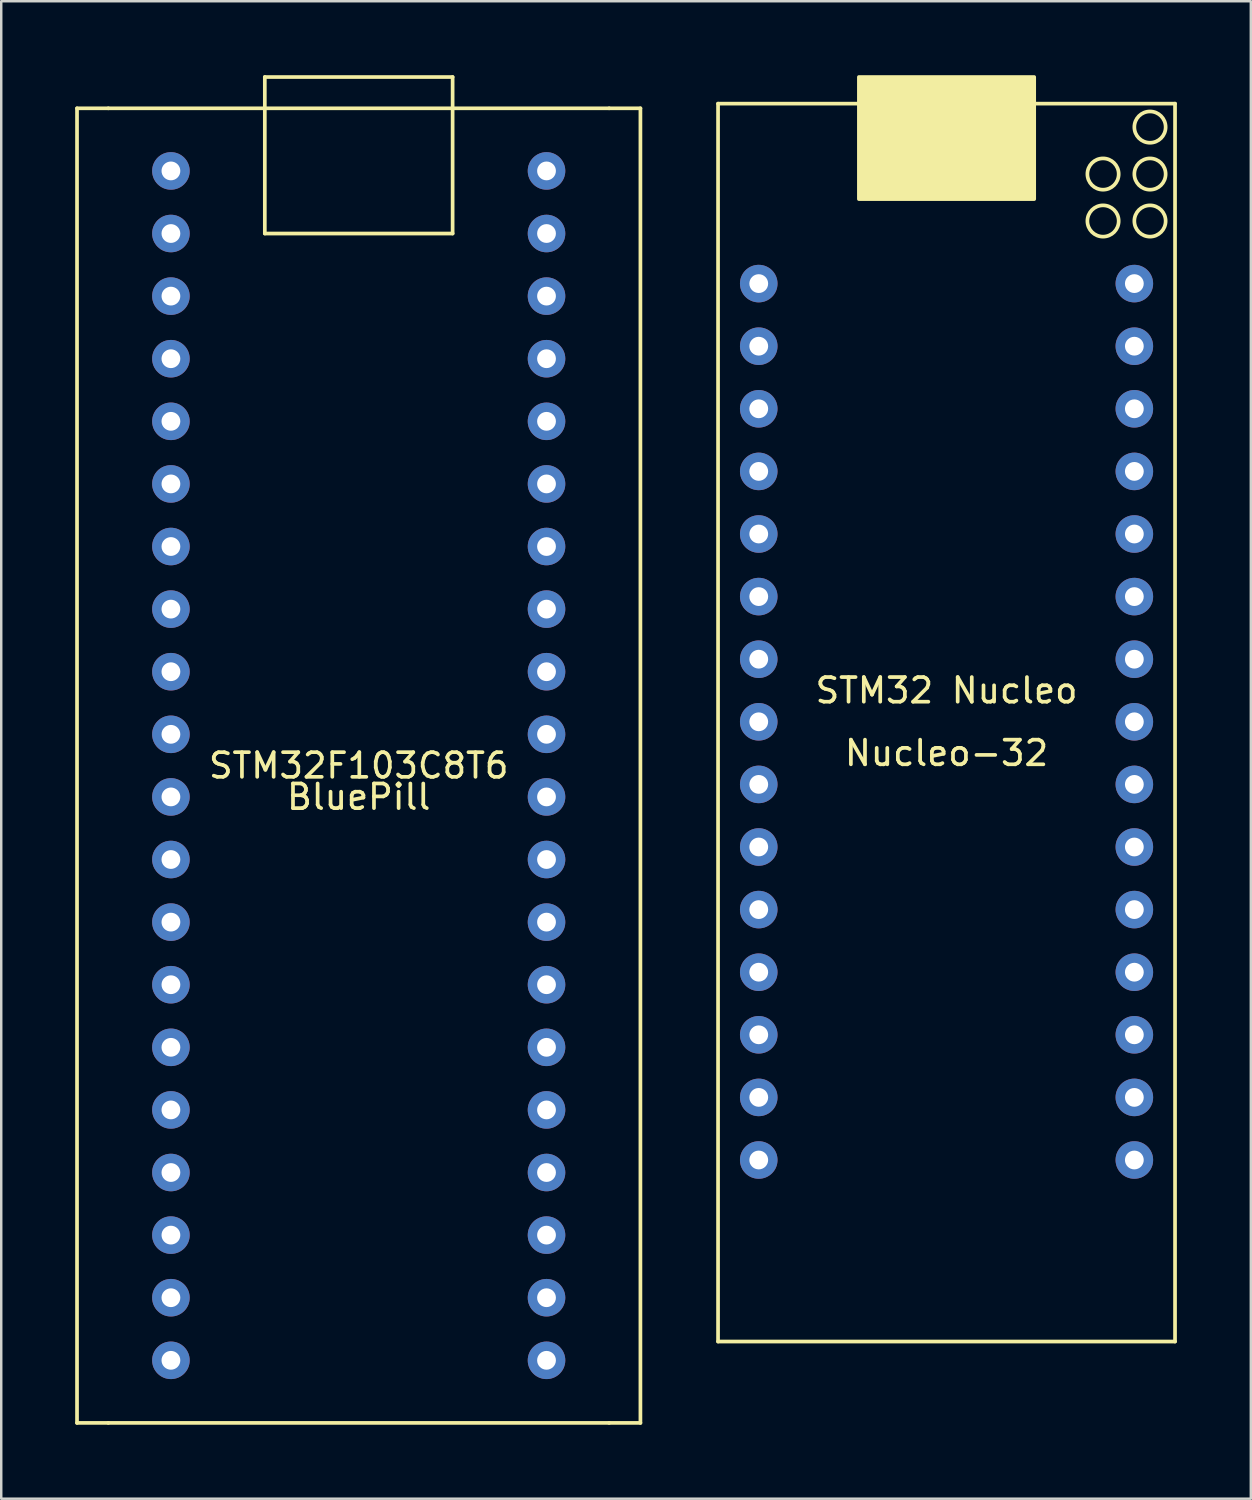
<source format=kicad_pcb>
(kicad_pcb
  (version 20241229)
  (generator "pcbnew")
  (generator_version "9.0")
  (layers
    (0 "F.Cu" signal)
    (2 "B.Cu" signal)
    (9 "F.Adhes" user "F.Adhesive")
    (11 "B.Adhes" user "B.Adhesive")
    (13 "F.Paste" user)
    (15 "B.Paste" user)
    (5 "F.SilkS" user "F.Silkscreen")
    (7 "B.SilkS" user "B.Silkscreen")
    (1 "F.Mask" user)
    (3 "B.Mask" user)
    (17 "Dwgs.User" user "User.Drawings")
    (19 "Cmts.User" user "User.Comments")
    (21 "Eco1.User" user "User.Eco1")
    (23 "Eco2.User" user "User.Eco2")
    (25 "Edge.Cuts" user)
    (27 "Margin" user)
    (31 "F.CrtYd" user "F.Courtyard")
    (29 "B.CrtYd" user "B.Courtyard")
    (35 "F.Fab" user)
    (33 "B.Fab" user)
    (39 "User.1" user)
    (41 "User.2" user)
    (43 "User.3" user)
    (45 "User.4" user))
  (footprint "Nucleo-32"
    (layer "F.Cu")
    (at 35.356 26.237)
    (property "Reference" "Nucleo-32" (at 0 1.27 0) (layer "F.SilkS") (effects (font (size 1 1) (thickness 0.15))))
    (attr through_hole)
    (fp_line (start -9.271 -25.082) (end 9.271 -25.082) (stroke (width 0.15) (type solid)) (layer "F.SilkS"))
    (fp_line (start -9.271 25.146) (end -9.271 -25.082) (stroke (width 0.15) (type solid)) (layer "F.SilkS"))
    (fp_line (start 9.271 -25.082) (end 9.271 25.146) (stroke (width 0.15) (type solid)) (layer "F.SilkS"))
    (fp_line (start 9.271 25.146) (end -9.271 25.146) (stroke (width 0.15) (type solid)) (layer "F.SilkS"))
    (fp_circle (center 6.35 -22.225) (end 6.35 -21.59) (stroke (width 0.15) (type solid)) (fill no) (layer "F.SilkS"))
    (fp_circle (center 6.35 -20.32) (end 6.35 -19.685) (stroke (width 0.15) (type solid)) (fill no) (layer "F.SilkS"))
    (fp_circle (center 8.255 -24.13) (end 8.255 -23.495) (stroke (width 0.15) (type solid)) (fill no) (layer "F.SilkS"))
    (fp_circle (center 8.255 -22.225) (end 8.255 -21.59) (stroke (width 0.15) (type solid)) (fill no) (layer "F.SilkS"))
    (fp_circle (center 8.255 -20.32) (end 8.255 -19.685) (stroke (width 0.15) (type solid)) (fill no) (layer "F.SilkS"))
    (fp_poly (pts (xy -3.556 -26.162) (xy 3.556 -26.162) (xy 3.556 -21.209) (xy -3.556 -21.209)) (stroke (width 0.15) (type solid)) (fill yes) (layer "F.SilkS"))
    (fp_text user "STM32 Nucleo" (at 0 -1.27 0) (layer "F.SilkS") (effects (font (size 1 1) (thickness 0.15))))
    (pad "1" thru_hole circle (at -7.62 -17.78) (size 1.524 1.524) (drill 0.762) (layers "*.Cu" "*.Mask"))
    (pad "2" thru_hole circle (at -7.62 -15.24) (size 1.524 1.524) (drill 0.762) (layers "*.Cu" "*.Mask"))
    (pad "3" thru_hole circle (at -7.62 -12.7) (size 1.524 1.524) (drill 0.762) (layers "*.Cu" "*.Mask"))
    (pad "4" thru_hole circle (at -7.62 -10.16) (size 1.524 1.524) (drill 0.762) (layers "*.Cu" "*.Mask"))
    (pad "5" thru_hole circle (at -7.62 -7.62) (size 1.524 1.524) (drill 0.762) (layers "*.Cu" "*.Mask"))
    (pad "6" thru_hole circle (at -7.62 -5.08) (size 1.524 1.524) (drill 0.762) (layers "*.Cu" "*.Mask"))
    (pad "7" thru_hole circle (at -7.62 -2.54) (size 1.524 1.524) (drill 0.762) (layers "*.Cu" "*.Mask"))
    (pad "8" thru_hole circle (at -7.62 0) (size 1.524 1.524) (drill 0.762) (layers "*.Cu" "*.Mask"))
    (pad "9" thru_hole circle (at -7.62 2.54) (size 1.524 1.524) (drill 0.762) (layers "*.Cu" "*.Mask"))
    (pad "10" thru_hole circle (at -7.62 5.08) (size 1.524 1.524) (drill 0.762) (layers "*.Cu" "*.Mask"))
    (pad "11" thru_hole circle (at -7.62 7.62) (size 1.524 1.524) (drill 0.762) (layers "*.Cu" "*.Mask"))
    (pad "12" thru_hole circle (at -7.62 10.16) (size 1.524 1.524) (drill 0.762) (layers "*.Cu" "*.Mask"))
    (pad "13" thru_hole circle (at -7.62 12.7) (size 1.524 1.524) (drill 0.762) (layers "*.Cu" "*.Mask"))
    (pad "14" thru_hole circle (at -7.62 15.24) (size 1.524 1.524) (drill 0.762) (layers "*.Cu" "*.Mask"))
    (pad "15" thru_hole circle (at -7.62 17.78) (size 1.524 1.524) (drill 0.762) (layers "*.Cu" "*.Mask"))
    (pad "16" thru_hole circle (at 7.62 17.78) (size 1.524 1.524) (drill 0.762) (layers "*.Cu" "*.Mask"))
    (pad "17" thru_hole circle (at 7.62 15.24) (size 1.524 1.524) (drill 0.762) (layers "*.Cu" "*.Mask"))
    (pad "18" thru_hole circle (at 7.62 12.7) (size 1.524 1.524) (drill 0.762) (layers "*.Cu" "*.Mask"))
    (pad "19" thru_hole circle (at 7.62 10.16) (size 1.524 1.524) (drill 0.762) (layers "*.Cu" "*.Mask"))
    (pad "20" thru_hole circle (at 7.62 7.62) (size 1.524 1.524) (drill 0.762) (layers "*.Cu" "*.Mask"))
    (pad "21" thru_hole circle (at 7.62 5.08) (size 1.524 1.524) (drill 0.762) (layers "*.Cu" "*.Mask"))
    (pad "22" thru_hole circle (at 7.62 2.54) (size 1.524 1.524) (drill 0.762) (layers "*.Cu" "*.Mask"))
    (pad "23" thru_hole circle (at 7.62 0) (size 1.524 1.524) (drill 0.762) (layers "*.Cu" "*.Mask"))
    (pad "24" thru_hole circle (at 7.62 -2.54) (size 1.524 1.524) (drill 0.762) (layers "*.Cu" "*.Mask"))
    (pad "25" thru_hole circle (at 7.62 -5.08) (size 1.524 1.524) (drill 0.762) (layers "*.Cu" "*.Mask"))
    (pad "26" thru_hole circle (at 7.62 -7.62) (size 1.524 1.524) (drill 0.762) (layers "*.Cu" "*.Mask"))
    (pad "27" thru_hole circle (at 7.62 -10.16) (size 1.524 1.524) (drill 0.762) (layers "*.Cu" "*.Mask"))
    (pad "28" thru_hole circle (at 7.62 -12.7) (size 1.524 1.524) (drill 0.762) (layers "*.Cu" "*.Mask"))
    (pad "29" thru_hole circle (at 7.62 -15.24) (size 1.524 1.524) (drill 0.762) (layers "*.Cu" "*.Mask"))
    (pad "30" thru_hole circle (at 7.62 -17.78) (size 1.524 1.524) (drill 0.762) (layers "*.Cu" "*.Mask")))
  (footprint "BluePill"
    (layer "F.Cu")
    (at 11.505 28.015)
    (property "Reference" "BluePill" (at 0 1.27 0) (layer "F.SilkS") (effects (font (size 1 1) (thickness 0.15))))
    (attr through_hole)
    (fp_line (start -11.43 -26.67) (end -10.16 -26.67) (stroke (width 0.15) (type solid)) (layer "F.SilkS"))
    (fp_line (start -11.43 26.67) (end -11.43 -26.67) (stroke (width 0.15) (type solid)) (layer "F.SilkS"))
    (fp_line (start -10.16 26.67) (end -11.43 26.67) (stroke (width 0.15) (type solid)) (layer "F.SilkS"))
    (fp_line (start -10.16 26.67) (end 10.16 26.67) (stroke (width 0.15) (type solid)) (layer "F.SilkS"))
    (fp_line (start -3.81 -27.94) (end 3.81 -27.94) (stroke (width 0.15) (type solid)) (layer "F.SilkS"))
    (fp_line (start -3.81 -21.59) (end -3.81 -27.94) (stroke (width 0.15) (type solid)) (layer "F.SilkS"))
    (fp_line (start 3.81 -27.94) (end 3.81 -21.59) (stroke (width 0.15) (type solid)) (layer "F.SilkS"))
    (fp_line (start 3.81 -21.59) (end -3.81 -21.59) (stroke (width 0.15) (type solid)) (layer "F.SilkS"))
    (fp_line (start 10.16 -26.67) (end -10.16 -26.67) (stroke (width 0.15) (type solid)) (layer "F.SilkS"))
    (fp_line (start 10.16 -26.67) (end 11.43 -26.67) (stroke (width 0.15) (type solid)) (layer "F.SilkS"))
    (fp_line (start 11.43 -26.67) (end 11.43 26.67) (stroke (width 0.15) (type solid)) (layer "F.SilkS"))
    (fp_line (start 11.43 26.67) (end 10.16 26.67) (stroke (width 0.15) (type solid)) (layer "F.SilkS"))
    (fp_text user "STM32F103C8T6" (at 0 0 0) (layer "F.SilkS") (effects (font (size 1 1) (thickness 0.15))))
    (pad "1" thru_hole circle (at -7.62 -24.13) (size 1.524 1.524) (drill 0.762) (layers "*.Cu" "*.Mask"))
    (pad "2" thru_hole circle (at -7.62 -21.59) (size 1.524 1.524) (drill 0.762) (layers "*.Cu" "*.Mask"))
    (pad "3" thru_hole circle (at -7.62 -19.05) (size 1.524 1.524) (drill 0.762) (layers "*.Cu" "*.Mask"))
    (pad "4" thru_hole circle (at -7.62 -16.51) (size 1.524 1.524) (drill 0.762) (layers "*.Cu" "*.Mask"))
    (pad "5" thru_hole circle (at -7.62 -13.97) (size 1.524 1.524) (drill 0.762) (layers "*.Cu" "*.Mask"))
    (pad "6" thru_hole circle (at -7.62 -11.43) (size 1.524 1.524) (drill 0.762) (layers "*.Cu" "*.Mask"))
    (pad "7" thru_hole circle (at -7.62 -8.89) (size 1.524 1.524) (drill 0.762) (layers "*.Cu" "*.Mask"))
    (pad "8" thru_hole circle (at -7.62 -6.35) (size 1.524 1.524) (drill 0.762) (layers "*.Cu" "*.Mask"))
    (pad "9" thru_hole circle (at -7.62 -3.81) (size 1.524 1.524) (drill 0.762) (layers "*.Cu" "*.Mask"))
    (pad "10" thru_hole circle (at -7.62 -1.27) (size 1.524 1.524) (drill 0.762) (layers "*.Cu" "*.Mask"))
    (pad "11" thru_hole circle (at -7.62 1.27) (size 1.524 1.524) (drill 0.762) (layers "*.Cu" "*.Mask"))
    (pad "12" thru_hole circle (at -7.62 3.81) (size 1.524 1.524) (drill 0.762) (layers "*.Cu" "*.Mask"))
    (pad "13" thru_hole circle (at -7.62 6.35) (size 1.524 1.524) (drill 0.762) (layers "*.Cu" "*.Mask"))
    (pad "14" thru_hole circle (at -7.62 8.89) (size 1.524 1.524) (drill 0.762) (layers "*.Cu" "*.Mask"))
    (pad "15" thru_hole circle (at -7.62 11.43) (size 1.524 1.524) (drill 0.762) (layers "*.Cu" "*.Mask"))
    (pad "16" thru_hole circle (at -7.62 13.97) (size 1.524 1.524) (drill 0.762) (layers "*.Cu" "*.Mask"))
    (pad "17" thru_hole circle (at -7.62 16.51) (size 1.524 1.524) (drill 0.762) (layers "*.Cu" "*.Mask"))
    (pad "18" thru_hole circle (at -7.62 19.05) (size 1.524 1.524) (drill 0.762) (layers "*.Cu" "*.Mask"))
    (pad "19" thru_hole circle (at -7.62 21.59) (size 1.524 1.524) (drill 0.762) (layers "*.Cu" "*.Mask"))
    (pad "20" thru_hole circle (at -7.62 24.13) (size 1.524 1.524) (drill 0.762) (layers "*.Cu" "*.Mask"))
    (pad "21" thru_hole circle (at 7.62 24.13) (size 1.524 1.524) (drill 0.762) (layers "*.Cu" "*.Mask"))
    (pad "22" thru_hole circle (at 7.62 21.59) (size 1.524 1.524) (drill 0.762) (layers "*.Cu" "*.Mask"))
    (pad "23" thru_hole circle (at 7.62 19.05) (size 1.524 1.524) (drill 0.762) (layers "*.Cu" "*.Mask"))
    (pad "24" thru_hole circle (at 7.62 13.97) (size 1.524 1.524) (drill 0.762) (layers "*.Cu" "*.Mask"))
    (pad "25" thru_hole circle (at 7.62 16.51) (size 1.524 1.524) (drill 0.762) (layers "*.Cu" "*.Mask"))
    (pad "26" thru_hole circle (at 7.62 11.43) (size 1.524 1.524) (drill 0.762) (layers "*.Cu" "*.Mask"))
    (pad "27" thru_hole circle (at 7.62 8.89) (size 1.524 1.524) (drill 0.762) (layers "*.Cu" "*.Mask"))
    (pad "28" thru_hole circle (at 7.62 6.35) (size 1.524 1.524) (drill 0.762) (layers "*.Cu" "*.Mask"))
    (pad "29" thru_hole circle (at 7.62 3.81) (size 1.524 1.524) (drill 0.762) (layers "*.Cu" "*.Mask"))
    (pad "30" thru_hole circle (at 7.62 1.27) (size 1.524 1.524) (drill 0.762) (layers "*.Cu" "*.Mask"))
    (pad "31" thru_hole circle (at 7.62 -1.27) (size 1.524 1.524) (drill 0.762) (layers "*.Cu" "*.Mask"))
    (pad "32" thru_hole circle (at 7.62 -3.81) (size 1.524 1.524) (drill 0.762) (layers "*.Cu" "*.Mask"))
    (pad "33" thru_hole circle (at 7.62 -6.35) (size 1.524 1.524) (drill 0.762) (layers "*.Cu" "*.Mask"))
    (pad "34" thru_hole circle (at 7.62 -8.89) (size 1.524 1.524) (drill 0.762) (layers "*.Cu" "*.Mask"))
    (pad "35" thru_hole circle (at 7.62 -11.43) (size 1.524 1.524) (drill 0.762) (layers "*.Cu" "*.Mask"))
    (pad "36" thru_hole circle (at 7.62 -13.97) (size 1.524 1.524) (drill 0.762) (layers "*.Cu" "*.Mask"))
    (pad "37" thru_hole circle (at 7.62 -16.51) (size 1.524 1.524) (drill 0.762) (layers "*.Cu" "*.Mask"))
    (pad "38" thru_hole circle (at 7.62 -19.05) (size 1.524 1.524) (drill 0.762) (layers "*.Cu" "*.Mask"))
    (pad "39" thru_hole circle (at 7.62 -21.59) (size 1.524 1.524) (drill 0.762) (layers "*.Cu" "*.Mask"))
    (pad "40" thru_hole circle (at 7.62 -24.13) (size 1.524 1.524) (drill 0.762) (layers "*.Cu" "*.Mask")))
  (gr_rect
    (start -3 -3)
    (end 47.702 57.76)
    (stroke (width 0.1) (type default))
    (fill no)
    (layer "Edge.Cuts")))
</source>
